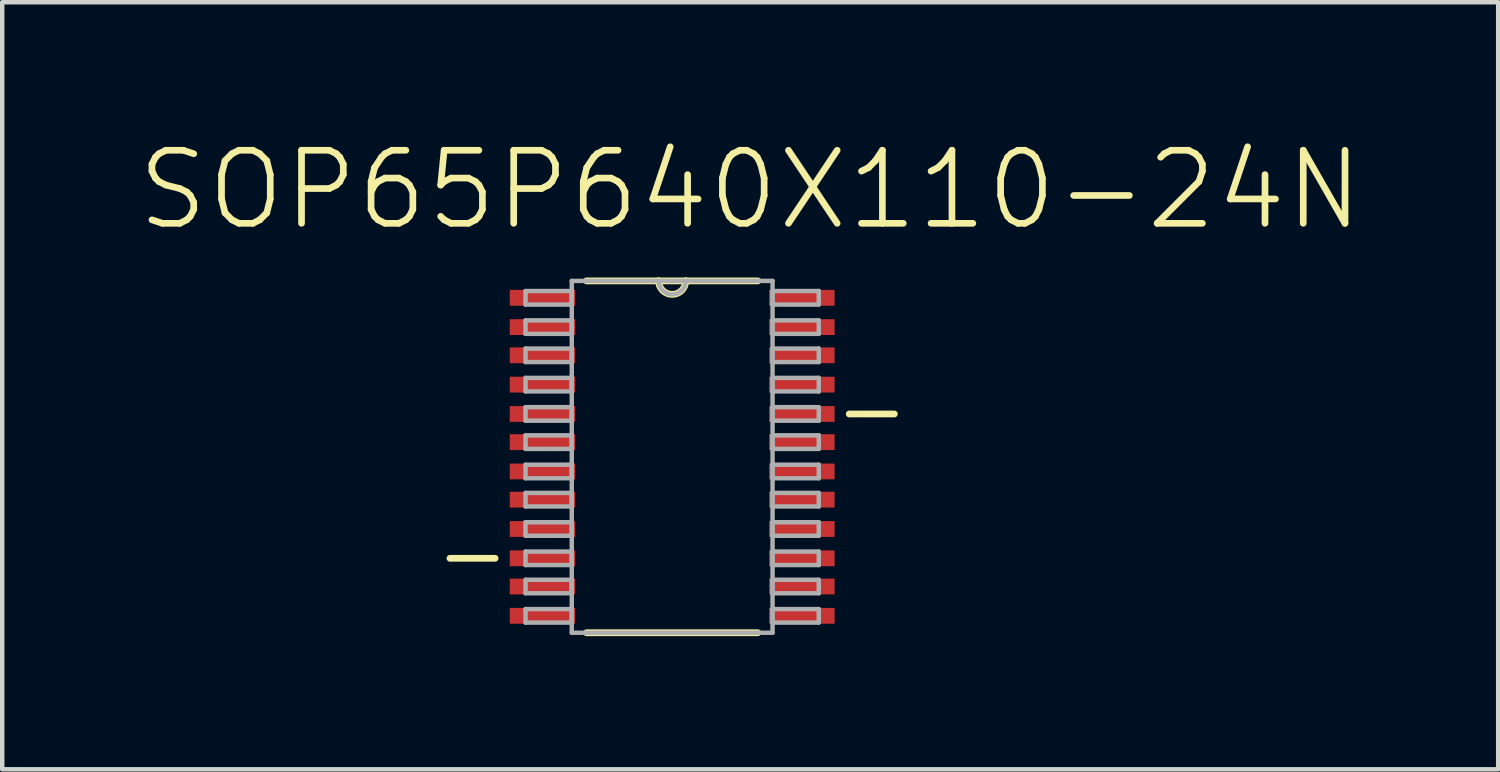
<source format=kicad_pcb>
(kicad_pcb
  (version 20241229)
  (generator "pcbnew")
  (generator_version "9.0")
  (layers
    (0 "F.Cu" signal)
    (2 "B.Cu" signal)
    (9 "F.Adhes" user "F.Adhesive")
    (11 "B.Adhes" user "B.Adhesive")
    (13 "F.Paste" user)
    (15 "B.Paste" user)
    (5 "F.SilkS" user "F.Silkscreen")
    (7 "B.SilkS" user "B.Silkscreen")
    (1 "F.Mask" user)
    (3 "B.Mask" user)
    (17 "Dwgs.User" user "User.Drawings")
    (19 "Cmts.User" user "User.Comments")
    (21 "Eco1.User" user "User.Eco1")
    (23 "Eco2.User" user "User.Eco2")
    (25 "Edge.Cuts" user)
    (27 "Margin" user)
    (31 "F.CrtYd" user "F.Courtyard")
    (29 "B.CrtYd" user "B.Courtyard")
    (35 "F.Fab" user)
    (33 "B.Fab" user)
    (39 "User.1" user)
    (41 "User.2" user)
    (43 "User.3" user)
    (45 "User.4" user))
  (footprint "SOP65P640X110-24N"
    (layer "F.Cu")
    (at 12.088 7.238)
    (property "Reference" "SOP65P640X110-24N" (at 1.758 -6.012 0) (layer "F.SilkS") (effects (font (size 1.645 1.645) (thickness 0.15))))
    (attr through_hole)
    (fp_line (start -5.004 2.286) (end -3.988 2.286) (stroke (width 0.152) (type solid)) (layer "F.SilkS"))
    (fp_line (start -1.93 3.962) (end 1.93 3.962) (stroke (width 0.152) (type solid)) (layer "F.SilkS"))
    (fp_line (start -0.305 -3.962) (end -1.93 -3.962) (stroke (width 0.152) (type solid)) (layer "F.SilkS"))
    (fp_line (start 0.305 -3.962) (end -0.305 -3.962) (stroke (width 0.152) (type solid)) (layer "F.SilkS"))
    (fp_line (start 1.93 -3.962) (end 0.305 -3.962) (stroke (width 0.152) (type solid)) (layer "F.SilkS"))
    (fp_line (start 3.988 -0.965) (end 5.004 -0.965) (stroke (width 0.152) (type solid)) (layer "F.SilkS"))
    (fp_arc (start 0.3048 -3.9624) (mid 0 -3.6576) (end -0.3048 -3.9624) (stroke (width 0.1524) (type solid)) (layer "F.SilkS"))
    (fp_line (start -3.302 -3.734) (end -3.302 -3.429) (stroke (width 0.1) (type solid)) (layer "F.Fab"))
    (fp_line (start -3.302 -3.429) (end -2.261 -3.429) (stroke (width 0.1) (type solid)) (layer "F.Fab"))
    (fp_line (start -3.302 -3.073) (end -3.302 -2.769) (stroke (width 0.1) (type solid)) (layer "F.Fab"))
    (fp_line (start -3.302 -2.769) (end -2.261 -2.769) (stroke (width 0.1) (type solid)) (layer "F.Fab"))
    (fp_line (start -3.302 -2.438) (end -3.302 -2.134) (stroke (width 0.1) (type solid)) (layer "F.Fab"))
    (fp_line (start -3.302 -2.134) (end -2.261 -2.134) (stroke (width 0.1) (type solid)) (layer "F.Fab"))
    (fp_line (start -3.302 -1.778) (end -3.302 -1.473) (stroke (width 0.1) (type solid)) (layer "F.Fab"))
    (fp_line (start -3.302 -1.473) (end -2.261 -1.473) (stroke (width 0.1) (type solid)) (layer "F.Fab"))
    (fp_line (start -3.302 -1.118) (end -3.302 -0.813) (stroke (width 0.1) (type solid)) (layer "F.Fab"))
    (fp_line (start -3.302 -0.813) (end -2.261 -0.813) (stroke (width 0.1) (type solid)) (layer "F.Fab"))
    (fp_line (start -3.302 -0.483) (end -3.302 -0.178) (stroke (width 0.1) (type solid)) (layer "F.Fab"))
    (fp_line (start -3.302 -0.178) (end -2.261 -0.178) (stroke (width 0.1) (type solid)) (layer "F.Fab"))
    (fp_line (start -3.302 0.178) (end -3.302 0.483) (stroke (width 0.1) (type solid)) (layer "F.Fab"))
    (fp_line (start -3.302 0.483) (end -2.261 0.483) (stroke (width 0.1) (type solid)) (layer "F.Fab"))
    (fp_line (start -3.302 0.813) (end -3.302 1.118) (stroke (width 0.1) (type solid)) (layer "F.Fab"))
    (fp_line (start -3.302 1.118) (end -2.261 1.118) (stroke (width 0.1) (type solid)) (layer "F.Fab"))
    (fp_line (start -3.302 1.473) (end -3.302 1.778) (stroke (width 0.1) (type solid)) (layer "F.Fab"))
    (fp_line (start -3.302 1.778) (end -2.261 1.778) (stroke (width 0.1) (type solid)) (layer "F.Fab"))
    (fp_line (start -3.302 2.134) (end -3.302 2.438) (stroke (width 0.1) (type solid)) (layer "F.Fab"))
    (fp_line (start -3.302 2.438) (end -2.261 2.438) (stroke (width 0.1) (type solid)) (layer "F.Fab"))
    (fp_line (start -3.302 2.769) (end -3.302 3.073) (stroke (width 0.1) (type solid)) (layer "F.Fab"))
    (fp_line (start -3.302 3.073) (end -2.261 3.073) (stroke (width 0.1) (type solid)) (layer "F.Fab"))
    (fp_line (start -3.302 3.429) (end -3.302 3.734) (stroke (width 0.1) (type solid)) (layer "F.Fab"))
    (fp_line (start -3.302 3.734) (end -2.261 3.734) (stroke (width 0.1) (type solid)) (layer "F.Fab"))
    (fp_line (start -2.261 -3.962) (end -2.261 3.962) (stroke (width 0.1) (type solid)) (layer "F.Fab"))
    (fp_line (start -2.261 -3.734) (end -3.302 -3.734) (stroke (width 0.1) (type solid)) (layer "F.Fab"))
    (fp_line (start -2.261 -3.429) (end -2.261 -3.734) (stroke (width 0.1) (type solid)) (layer "F.Fab"))
    (fp_line (start -2.261 -3.073) (end -3.302 -3.073) (stroke (width 0.1) (type solid)) (layer "F.Fab"))
    (fp_line (start -2.261 -2.769) (end -2.261 -3.073) (stroke (width 0.1) (type solid)) (layer "F.Fab"))
    (fp_line (start -2.261 -2.438) (end -3.302 -2.438) (stroke (width 0.1) (type solid)) (layer "F.Fab"))
    (fp_line (start -2.261 -2.134) (end -2.261 -2.438) (stroke (width 0.1) (type solid)) (layer "F.Fab"))
    (fp_line (start -2.261 -1.778) (end -3.302 -1.778) (stroke (width 0.1) (type solid)) (layer "F.Fab"))
    (fp_line (start -2.261 -1.473) (end -2.261 -1.778) (stroke (width 0.1) (type solid)) (layer "F.Fab"))
    (fp_line (start -2.261 -1.118) (end -3.302 -1.118) (stroke (width 0.1) (type solid)) (layer "F.Fab"))
    (fp_line (start -2.261 -0.813) (end -2.261 -1.118) (stroke (width 0.1) (type solid)) (layer "F.Fab"))
    (fp_line (start -2.261 -0.483) (end -3.302 -0.483) (stroke (width 0.1) (type solid)) (layer "F.Fab"))
    (fp_line (start -2.261 -0.178) (end -2.261 -0.483) (stroke (width 0.1) (type solid)) (layer "F.Fab"))
    (fp_line (start -2.261 0.178) (end -3.302 0.178) (stroke (width 0.1) (type solid)) (layer "F.Fab"))
    (fp_line (start -2.261 0.483) (end -2.261 0.178) (stroke (width 0.1) (type solid)) (layer "F.Fab"))
    (fp_line (start -2.261 0.813) (end -3.302 0.813) (stroke (width 0.1) (type solid)) (layer "F.Fab"))
    (fp_line (start -2.261 1.118) (end -2.261 0.813) (stroke (width 0.1) (type solid)) (layer "F.Fab"))
    (fp_line (start -2.261 1.473) (end -3.302 1.473) (stroke (width 0.1) (type solid)) (layer "F.Fab"))
    (fp_line (start -2.261 1.778) (end -2.261 1.473) (stroke (width 0.1) (type solid)) (layer "F.Fab"))
    (fp_line (start -2.261 2.134) (end -3.302 2.134) (stroke (width 0.1) (type solid)) (layer "F.Fab"))
    (fp_line (start -2.261 2.438) (end -2.261 2.134) (stroke (width 0.1) (type solid)) (layer "F.Fab"))
    (fp_line (start -2.261 2.769) (end -3.302 2.769) (stroke (width 0.1) (type solid)) (layer "F.Fab"))
    (fp_line (start -2.261 3.073) (end -2.261 2.769) (stroke (width 0.1) (type solid)) (layer "F.Fab"))
    (fp_line (start -2.261 3.429) (end -3.302 3.429) (stroke (width 0.1) (type solid)) (layer "F.Fab"))
    (fp_line (start -2.261 3.734) (end -2.261 3.429) (stroke (width 0.1) (type solid)) (layer "F.Fab"))
    (fp_line (start -2.261 3.962) (end 2.261 3.962) (stroke (width 0.1) (type solid)) (layer "F.Fab"))
    (fp_line (start -0.305 -3.962) (end -2.261 -3.962) (stroke (width 0.1) (type solid)) (layer "F.Fab"))
    (fp_line (start 0.305 -3.962) (end -0.305 -3.962) (stroke (width 0.1) (type solid)) (layer "F.Fab"))
    (fp_line (start 2.261 -3.962) (end 0.305 -3.962) (stroke (width 0.1) (type solid)) (layer "F.Fab"))
    (fp_line (start 2.261 -3.734) (end 2.261 -3.429) (stroke (width 0.1) (type solid)) (layer "F.Fab"))
    (fp_line (start 2.261 -3.429) (end 3.302 -3.429) (stroke (width 0.1) (type solid)) (layer "F.Fab"))
    (fp_line (start 2.261 -3.073) (end 2.261 -2.769) (stroke (width 0.1) (type solid)) (layer "F.Fab"))
    (fp_line (start 2.261 -2.769) (end 3.302 -2.769) (stroke (width 0.1) (type solid)) (layer "F.Fab"))
    (fp_line (start 2.261 -2.438) (end 2.261 -2.134) (stroke (width 0.1) (type solid)) (layer "F.Fab"))
    (fp_line (start 2.261 -2.134) (end 3.302 -2.134) (stroke (width 0.1) (type solid)) (layer "F.Fab"))
    (fp_line (start 2.261 -1.778) (end 2.261 -1.473) (stroke (width 0.1) (type solid)) (layer "F.Fab"))
    (fp_line (start 2.261 -1.473) (end 3.302 -1.473) (stroke (width 0.1) (type solid)) (layer "F.Fab"))
    (fp_line (start 2.261 -1.118) (end 2.261 -0.813) (stroke (width 0.1) (type solid)) (layer "F.Fab"))
    (fp_line (start 2.261 -0.813) (end 3.302 -0.813) (stroke (width 0.1) (type solid)) (layer "F.Fab"))
    (fp_line (start 2.261 -0.483) (end 2.261 -0.178) (stroke (width 0.1) (type solid)) (layer "F.Fab"))
    (fp_line (start 2.261 -0.178) (end 3.302 -0.178) (stroke (width 0.1) (type solid)) (layer "F.Fab"))
    (fp_line (start 2.261 0.178) (end 2.261 0.483) (stroke (width 0.1) (type solid)) (layer "F.Fab"))
    (fp_line (start 2.261 0.483) (end 3.302 0.483) (stroke (width 0.1) (type solid)) (layer "F.Fab"))
    (fp_line (start 2.261 0.813) (end 2.261 1.118) (stroke (width 0.1) (type solid)) (layer "F.Fab"))
    (fp_line (start 2.261 1.118) (end 3.302 1.118) (stroke (width 0.1) (type solid)) (layer "F.Fab"))
    (fp_line (start 2.261 1.473) (end 2.261 1.778) (stroke (width 0.1) (type solid)) (layer "F.Fab"))
    (fp_line (start 2.261 1.778) (end 3.302 1.778) (stroke (width 0.1) (type solid)) (layer "F.Fab"))
    (fp_line (start 2.261 2.134) (end 2.261 2.438) (stroke (width 0.1) (type solid)) (layer "F.Fab"))
    (fp_line (start 2.261 2.438) (end 3.302 2.438) (stroke (width 0.1) (type solid)) (layer "F.Fab"))
    (fp_line (start 2.261 2.769) (end 2.261 3.073) (stroke (width 0.1) (type solid)) (layer "F.Fab"))
    (fp_line (start 2.261 3.073) (end 3.302 3.073) (stroke (width 0.1) (type solid)) (layer "F.Fab"))
    (fp_line (start 2.261 3.429) (end 2.261 3.734) (stroke (width 0.1) (type solid)) (layer "F.Fab"))
    (fp_line (start 2.261 3.734) (end 3.302 3.734) (stroke (width 0.1) (type solid)) (layer "F.Fab"))
    (fp_line (start 2.261 3.962) (end 2.261 -3.962) (stroke (width 0.1) (type solid)) (layer "F.Fab"))
    (fp_line (start 3.302 -3.734) (end 2.261 -3.734) (stroke (width 0.1) (type solid)) (layer "F.Fab"))
    (fp_line (start 3.302 -3.429) (end 3.302 -3.734) (stroke (width 0.1) (type solid)) (layer "F.Fab"))
    (fp_line (start 3.302 -3.073) (end 2.261 -3.073) (stroke (width 0.1) (type solid)) (layer "F.Fab"))
    (fp_line (start 3.302 -2.769) (end 3.302 -3.073) (stroke (width 0.1) (type solid)) (layer "F.Fab"))
    (fp_line (start 3.302 -2.438) (end 2.261 -2.438) (stroke (width 0.1) (type solid)) (layer "F.Fab"))
    (fp_line (start 3.302 -2.134) (end 3.302 -2.438) (stroke (width 0.1) (type solid)) (layer "F.Fab"))
    (fp_line (start 3.302 -1.778) (end 2.261 -1.778) (stroke (width 0.1) (type solid)) (layer "F.Fab"))
    (fp_line (start 3.302 -1.473) (end 3.302 -1.778) (stroke (width 0.1) (type solid)) (layer "F.Fab"))
    (fp_line (start 3.302 -1.118) (end 2.261 -1.118) (stroke (width 0.1) (type solid)) (layer "F.Fab"))
    (fp_line (start 3.302 -0.813) (end 3.302 -1.118) (stroke (width 0.1) (type solid)) (layer "F.Fab"))
    (fp_line (start 3.302 -0.483) (end 2.261 -0.483) (stroke (width 0.1) (type solid)) (layer "F.Fab"))
    (fp_line (start 3.302 -0.178) (end 3.302 -0.483) (stroke (width 0.1) (type solid)) (layer "F.Fab"))
    (fp_line (start 3.302 0.178) (end 2.261 0.178) (stroke (width 0.1) (type solid)) (layer "F.Fab"))
    (fp_line (start 3.302 0.483) (end 3.302 0.178) (stroke (width 0.1) (type solid)) (layer "F.Fab"))
    (fp_line (start 3.302 0.813) (end 2.261 0.813) (stroke (width 0.1) (type solid)) (layer "F.Fab"))
    (fp_line (start 3.302 1.118) (end 3.302 0.813) (stroke (width 0.1) (type solid)) (layer "F.Fab"))
    (fp_line (start 3.302 1.473) (end 2.261 1.473) (stroke (width 0.1) (type solid)) (layer "F.Fab"))
    (fp_line (start 3.302 1.778) (end 3.302 1.473) (stroke (width 0.1) (type solid)) (layer "F.Fab"))
    (fp_line (start 3.302 2.134) (end 2.261 2.134) (stroke (width 0.1) (type solid)) (layer "F.Fab"))
    (fp_line (start 3.302 2.438) (end 3.302 2.134) (stroke (width 0.1) (type solid)) (layer "F.Fab"))
    (fp_line (start 3.302 2.769) (end 2.261 2.769) (stroke (width 0.1) (type solid)) (layer "F.Fab"))
    (fp_line (start 3.302 3.073) (end 3.302 2.769) (stroke (width 0.1) (type solid)) (layer "F.Fab"))
    (fp_line (start 3.302 3.429) (end 2.261 3.429) (stroke (width 0.1) (type solid)) (layer "F.Fab"))
    (fp_line (start 3.302 3.734) (end 3.302 3.429) (stroke (width 0.1) (type solid)) (layer "F.Fab"))
    (fp_arc (start 0.3048 -3.9624) (mid 0 -3.6576) (end -0.3048 -3.9624) (stroke (width 0.1) (type solid)) (layer "F.Fab"))
    (pad "1" smd rect (at -2.921 -3.581) (size 1.473 0.356) (layers "F.Cu" "F.Mask" "F.Paste"))
    (pad "2" smd rect (at -2.921 -2.921) (size 1.473 0.356) (layers "F.Cu" "F.Mask" "F.Paste"))
    (pad "3" smd rect (at -2.921 -2.286) (size 1.473 0.356) (layers "F.Cu" "F.Mask" "F.Paste"))
    (pad "4" smd rect (at -2.921 -1.626) (size 1.473 0.356) (layers "F.Cu" "F.Mask" "F.Paste"))
    (pad "5" smd rect (at -2.921 -0.965) (size 1.473 0.356) (layers "F.Cu" "F.Mask" "F.Paste"))
    (pad "6" smd rect (at -2.921 -0.33) (size 1.473 0.356) (layers "F.Cu" "F.Mask" "F.Paste"))
    (pad "7" smd rect (at -2.921 0.33) (size 1.473 0.356) (layers "F.Cu" "F.Mask" "F.Paste"))
    (pad "8" smd rect (at -2.921 0.965) (size 1.473 0.356) (layers "F.Cu" "F.Mask" "F.Paste"))
    (pad "9" smd rect (at -2.921 1.626) (size 1.473 0.356) (layers "F.Cu" "F.Mask" "F.Paste"))
    (pad "10" smd rect (at -2.921 2.286) (size 1.473 0.356) (layers "F.Cu" "F.Mask" "F.Paste"))
    (pad "11" smd rect (at -2.921 2.921) (size 1.473 0.356) (layers "F.Cu" "F.Mask" "F.Paste"))
    (pad "12" smd rect (at -2.921 3.581) (size 1.473 0.356) (layers "F.Cu" "F.Mask" "F.Paste"))
    (pad "13" smd rect (at 2.921 3.581) (size 1.473 0.356) (layers "F.Cu" "F.Mask" "F.Paste"))
    (pad "14" smd rect (at 2.921 2.921) (size 1.473 0.356) (layers "F.Cu" "F.Mask" "F.Paste"))
    (pad "15" smd rect (at 2.921 2.286) (size 1.473 0.356) (layers "F.Cu" "F.Mask" "F.Paste"))
    (pad "16" smd rect (at 2.921 1.626) (size 1.473 0.356) (layers "F.Cu" "F.Mask" "F.Paste"))
    (pad "17" smd rect (at 2.921 0.965) (size 1.473 0.356) (layers "F.Cu" "F.Mask" "F.Paste"))
    (pad "18" smd rect (at 2.921 0.33) (size 1.473 0.356) (layers "F.Cu" "F.Mask" "F.Paste"))
    (pad "19" smd rect (at 2.921 -0.33) (size 1.473 0.356) (layers "F.Cu" "F.Mask" "F.Paste"))
    (pad "20" smd rect (at 2.921 -0.965) (size 1.473 0.356) (layers "F.Cu" "F.Mask" "F.Paste"))
    (pad "21" smd rect (at 2.921 -1.626) (size 1.473 0.356) (layers "F.Cu" "F.Mask" "F.Paste"))
    (pad "22" smd rect (at 2.921 -2.286) (size 1.473 0.356) (layers "F.Cu" "F.Mask" "F.Paste"))
    (pad "23" smd rect (at 2.921 -2.921) (size 1.473 0.356) (layers "F.Cu" "F.Mask" "F.Paste"))
    (pad "24" smd rect (at 2.921 -3.581) (size 1.473 0.356) (layers "F.Cu" "F.Mask" "F.Paste")))
  (gr_rect
    (start -3 -3)
    (end 30.691 14.276)
    (stroke (width 0.1) (type default))
    (fill no)
    (layer "Edge.Cuts")))
</source>
